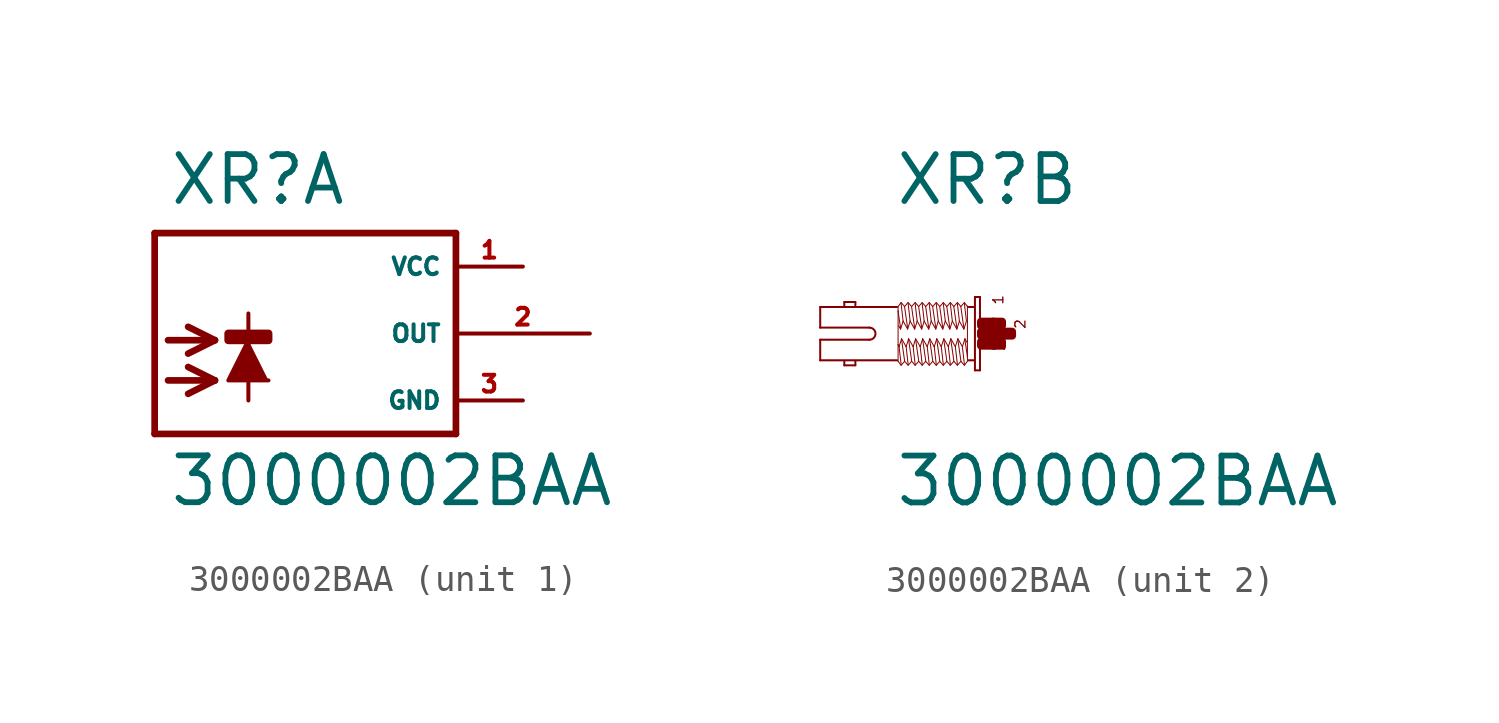
<source format=kicad_sym>
(kicad_symbol_lib
  (version 20220914)
  (generator Eagle2Kicad)
  (symbol "3000002BAA"
    (property "Reference" "XR"
      (at -3.302 4.801 0)
      (effects (font (size 1.778 1.778) (thickness 0.22)) (justify left bottom)))
    (property "Value" "3000002BAA"
      (at -3.302 -6.629 0)
      (effects (font (size 1.778 1.778) (thickness 0.22)) (justify left bottom)))
    (symbol "3000002BAA_1_0"
      (polyline (pts (xy -0.254 -0.254) (xy -1.016 -1.778) (xy 0.508 -1.778)) (stroke (width 0.152) (type default)) (fill (type outline)))
      (polyline (pts (xy -3.302 -0.254) (xy -1.524 -0.254)) (stroke (width 0.254) (type default)) (fill (type none)))
      (polyline (pts (xy -1.524 -0.254) (xy -2.54 -0.762)) (stroke (width 0.254) (type default)) (fill (type none)))
      (polyline (pts (xy -1.524 -0.254) (xy -2.54 0.254)) (stroke (width 0.254) (type default)) (fill (type none)))
      (polyline (pts (xy -3.302 -1.778) (xy -1.524 -1.778)) (stroke (width 0.254) (type default)) (fill (type none)))
      (polyline (pts (xy -1.524 -1.778) (xy -2.54 -2.286)) (stroke (width 0.254) (type default)) (fill (type none)))
      (polyline (pts (xy -1.524 -1.778) (xy -2.54 -1.27)) (stroke (width 0.254) (type default)) (fill (type none)))
      (polyline (pts (xy -0.254 0.762) (xy -0.254 -2.54)) (stroke (width 0.152) (type default)) (fill (type none)))
      (polyline (pts (xy 7.62 3.81) (xy -3.81 3.81)) (stroke (width 0.254) (type default)) (fill (type none)))
      (polyline (pts (xy -3.81 3.81) (xy -3.81 -3.81)) (stroke (width 0.254) (type default)) (fill (type none)))
      (polyline (pts (xy -3.81 -3.81) (xy 7.62 -3.81)) (stroke (width 0.254) (type default)) (fill (type none)))
      (polyline (pts (xy 7.62 -3.81) (xy 7.62 3.81)) (stroke (width 0.254) (type default)) (fill (type none)))
      (rectangle (start -1.016 -0.254) (end 0.508 0) (stroke (width 0.3) (type default)) (fill (type outline)))
      (pin unspecified line (at 10.16 2.54 180) (length 2.54) (name "VCC" (effects (font (size 0.635 0.635) (thickness 0.08)) (justify left bottom))) (number "1" (effects (font (size 0.635 0.635) (thickness 0.08)) (justify left bottom))))
      (pin unspecified line (at 10.16 -2.54 180) (length 2.54) (name "GND" (effects (font (size 0.635 0.635) (thickness 0.08)) (justify left bottom))) (number "3" (effects (font (size 0.635 0.635) (thickness 0.08)) (justify left bottom))))
      (pin output line (at 12.7 0 180) (length 5.08) (name "OUT" (effects (font (size 0.635 0.635) (thickness 0.08)) (justify left bottom))) (number "2" (effects (font (size 0.635 0.635) (thickness 0.08)) (justify left bottom)))))
    (symbol "3000002BAA_2_0"
      (polyline (pts (xy -0.038 1.391) (xy -0.038 -1.391)) (stroke (width 0.076) (type default)) (fill (type none)))
      (polyline (pts (xy -0.038 -1.391) (xy -0.229 -1.391)) (stroke (width 0.076) (type default)) (fill (type none)))
      (polyline (pts (xy -0.229 -1.391) (xy -0.229 1.391)) (stroke (width 0.076) (type default)) (fill (type none)))
      (polyline (pts (xy -0.229 1.391) (xy -0.038 1.391)) (stroke (width 0.076) (type default)) (fill (type none)))
      (polyline (pts (xy -0.267 1.01) (xy -0.476 1.01)) (stroke (width 0.076) (type default)) (fill (type none)))
      (polyline (pts (xy -0.267 -1.01) (xy -0.476 -1.01)) (stroke (width 0.076) (type default)) (fill (type none)))
      (polyline (pts (xy -3.181 -1.01) (xy -6.096 -1.01)) (stroke (width 0.076) (type default)) (fill (type none)))
      (polyline (pts (xy -6.096 -1.01) (xy -6.096 -0.229)) (stroke (width 0.076) (type default)) (fill (type none)))
      (polyline (pts (xy -6.096 -0.229) (xy -4.229 -0.229)) (stroke (width 0.076) (type default)) (fill (type none)))
      (polyline (pts (xy -4.229 0.229) (xy -6.096 0.229)) (stroke (width 0.076) (type default)) (fill (type none)))
      (polyline (pts (xy -6.096 0.229) (xy -6.096 1.01)) (stroke (width 0.076) (type default)) (fill (type none)))
      (polyline (pts (xy -6.096 1.01) (xy -3.181 1.01)) (stroke (width 0.076) (type default)) (fill (type none)))
      (polyline (pts (xy -4.763 -1.029) (xy -4.763 -1.2)) (stroke (width 0.076) (type default)) (fill (type none)))
      (polyline (pts (xy -4.763 -1.2) (xy -5.182 -1.2)) (stroke (width 0.076) (type default)) (fill (type none)))
      (polyline (pts (xy -5.182 -1.2) (xy -5.182 -1.048)) (stroke (width 0.076) (type default)) (fill (type none)))
      (polyline (pts (xy -4.763 1.067) (xy -4.763 1.2)) (stroke (width 0.076) (type default)) (fill (type none)))
      (polyline (pts (xy -4.763 1.2) (xy -5.182 1.2)) (stroke (width 0.076) (type default)) (fill (type none)))
      (polyline (pts (xy -5.182 1.2) (xy -5.182 1.048)) (stroke (width 0.076) (type default)) (fill (type none)))
      (polyline (pts (xy -0.514 -1.048) (xy -0.629 -1.2)) (stroke (width 0.038) (type default)) (fill (type none)))
      (polyline (pts (xy -0.629 -1.2) (xy -0.762 -1.048)) (stroke (width 0.038) (type default)) (fill (type none)))
      (polyline (pts (xy -0.762 -1.048) (xy -0.895 -1.2)) (stroke (width 0.038) (type default)) (fill (type none)))
      (polyline (pts (xy -0.895 -1.2) (xy -1.029 -1.048)) (stroke (width 0.038) (type default)) (fill (type none)))
      (polyline (pts (xy -1.029 -1.048) (xy -1.162 -1.2)) (stroke (width 0.038) (type default)) (fill (type none)))
      (polyline (pts (xy -1.162 -1.2) (xy -1.295 -1.048)) (stroke (width 0.038) (type default)) (fill (type none)))
      (polyline (pts (xy -1.295 -1.048) (xy -1.429 -1.2)) (stroke (width 0.038) (type default)) (fill (type none)))
      (polyline (pts (xy -1.429 -1.2) (xy -1.562 -1.048)) (stroke (width 0.038) (type default)) (fill (type none)))
      (polyline (pts (xy -1.562 -1.048) (xy -1.696 -1.2)) (stroke (width 0.038) (type default)) (fill (type none)))
      (polyline (pts (xy -1.696 -1.2) (xy -1.829 -1.048)) (stroke (width 0.038) (type default)) (fill (type none)))
      (polyline (pts (xy -1.829 -1.048) (xy -1.962 -1.2)) (stroke (width 0.038) (type default)) (fill (type none)))
      (polyline (pts (xy -1.962 -1.2) (xy -2.095 -1.048)) (stroke (width 0.038) (type default)) (fill (type none)))
      (polyline (pts (xy -2.095 -1.048) (xy -2.229 -1.2)) (stroke (width 0.038) (type default)) (fill (type none)))
      (polyline (pts (xy -2.229 -1.2) (xy -2.362 -1.048)) (stroke (width 0.038) (type default)) (fill (type none)))
      (polyline (pts (xy -2.362 -1.048) (xy -2.496 -1.2)) (stroke (width 0.038) (type default)) (fill (type none)))
      (polyline (pts (xy -2.496 -1.2) (xy -2.629 -1.048)) (stroke (width 0.038) (type default)) (fill (type none)))
      (polyline (pts (xy -2.629 -1.048) (xy -2.762 -1.2)) (stroke (width 0.038) (type default)) (fill (type none)))
      (polyline (pts (xy -2.762 -1.2) (xy -2.896 -1.048)) (stroke (width 0.038) (type default)) (fill (type none)))
      (polyline (pts (xy -2.896 -1.048) (xy -3.029 -1.2)) (stroke (width 0.038) (type default)) (fill (type none)))
      (polyline (pts (xy -3.029 -1.2) (xy -3.143 -1.048)) (stroke (width 0.038) (type default)) (fill (type none)))
      (polyline (pts (xy -3.143 -1.048) (xy -3.143 -0.419)) (stroke (width 0.038) (type default)) (fill (type none)))
      (polyline (pts (xy -3.143 -0.419) (xy -3.143 0.857)) (stroke (width 0.038) (type default)) (fill (type none)))
      (polyline (pts (xy -3.143 0.857) (xy -3.143 1.029)) (stroke (width 0.038) (type default)) (fill (type none)))
      (polyline (pts (xy -0.514 1.048) (xy -0.514 1.029)) (stroke (width 0.038) (type default)) (fill (type none)))
      (polyline (pts (xy -0.514 1.029) (xy -0.514 -0.876)) (stroke (width 0.038) (type default)) (fill (type none)))
      (polyline (pts (xy -0.514 -0.876) (xy -0.514 -1.029)) (stroke (width 0.038) (type default)) (fill (type none)))
      (polyline (pts (xy -0.533 -0.324) (xy -0.61 -0.191)) (stroke (width 0.038) (type default)) (fill (type none)))
      (polyline (pts (xy -0.61 -0.191) (xy -0.705 -0.495)) (stroke (width 0.038) (type default)) (fill (type none)))
      (polyline (pts (xy -0.705 -0.495) (xy -0.876 -0.191)) (stroke (width 0.038) (type default)) (fill (type none)))
      (polyline (pts (xy -0.876 -0.191) (xy -0.972 -0.495)) (stroke (width 0.038) (type default)) (fill (type none)))
      (polyline (pts (xy -0.972 -0.495) (xy -1.143 -0.191)) (stroke (width 0.038) (type default)) (fill (type none)))
      (polyline (pts (xy -1.143 -0.191) (xy -1.238 -0.495)) (stroke (width 0.038) (type default)) (fill (type none)))
      (polyline (pts (xy -1.238 -0.495) (xy -1.41 -0.191)) (stroke (width 0.038) (type default)) (fill (type none)))
      (polyline (pts (xy -1.41 -0.191) (xy -1.505 -0.495)) (stroke (width 0.038) (type default)) (fill (type none)))
      (polyline (pts (xy -1.505 -0.495) (xy -1.676 -0.191)) (stroke (width 0.038) (type default)) (fill (type none)))
      (polyline (pts (xy -1.676 -0.191) (xy -1.772 -0.495)) (stroke (width 0.038) (type default)) (fill (type none)))
      (polyline (pts (xy -1.772 -0.495) (xy -1.943 -0.191)) (stroke (width 0.038) (type default)) (fill (type none)))
      (polyline (pts (xy -1.943 -0.191) (xy -2.038 -0.495)) (stroke (width 0.038) (type default)) (fill (type none)))
      (polyline (pts (xy -2.038 -0.495) (xy -2.21 -0.191)) (stroke (width 0.038) (type default)) (fill (type none)))
      (polyline (pts (xy -2.21 -0.191) (xy -2.305 -0.495)) (stroke (width 0.038) (type default)) (fill (type none)))
      (polyline (pts (xy -2.305 -0.495) (xy -2.477 -0.191)) (stroke (width 0.038) (type default)) (fill (type none)))
      (polyline (pts (xy -2.477 -0.191) (xy -2.572 -0.495)) (stroke (width 0.038) (type default)) (fill (type none)))
      (polyline (pts (xy -2.572 -0.495) (xy -2.743 -0.191)) (stroke (width 0.038) (type default)) (fill (type none)))
      (polyline (pts (xy -2.743 -0.191) (xy -2.838 -0.495)) (stroke (width 0.038) (type default)) (fill (type none)))
      (polyline (pts (xy -2.838 -0.495) (xy -3.01 -0.191)) (stroke (width 0.038) (type default)) (fill (type none)))
      (polyline (pts (xy -3.01 -0.191) (xy -3.105 -0.495)) (stroke (width 0.038) (type default)) (fill (type none)))
      (polyline (pts (xy -3.105 -0.495) (xy -3.143 -0.419)) (stroke (width 0.038) (type default)) (fill (type none)))
      (polyline (pts (xy -3.029 -1.162) (xy -3.105 -0.495)) (stroke (width 0.038) (type default)) (fill (type none)))
      (polyline (pts (xy -2.896 -1.029) (xy -3.01 -0.229)) (stroke (width 0.038) (type default)) (fill (type none)))
      (polyline (pts (xy -2.762 -1.162) (xy -2.838 -0.495)) (stroke (width 0.038) (type default)) (fill (type none)))
      (polyline (pts (xy -2.629 -1.029) (xy -2.743 -0.229)) (stroke (width 0.038) (type default)) (fill (type none)))
      (polyline (pts (xy -2.496 -1.162) (xy -2.572 -0.495)) (stroke (width 0.038) (type default)) (fill (type none)))
      (polyline (pts (xy -2.362 -1.029) (xy -2.477 -0.229)) (stroke (width 0.038) (type default)) (fill (type none)))
      (polyline (pts (xy -2.229 -1.162) (xy -2.305 -0.495)) (stroke (width 0.038) (type default)) (fill (type none)))
      (polyline (pts (xy -2.095 -1.029) (xy -2.21 -0.229)) (stroke (width 0.038) (type default)) (fill (type none)))
      (polyline (pts (xy -1.962 -1.162) (xy -2.038 -0.495)) (stroke (width 0.038) (type default)) (fill (type none)))
      (polyline (pts (xy -1.829 -1.029) (xy -1.943 -0.229)) (stroke (width 0.038) (type default)) (fill (type none)))
      (polyline (pts (xy -1.696 -1.162) (xy -1.772 -0.495)) (stroke (width 0.038) (type default)) (fill (type none)))
      (polyline (pts (xy -1.562 -1.029) (xy -1.676 -0.229)) (stroke (width 0.038) (type default)) (fill (type none)))
      (polyline (pts (xy -1.429 -1.162) (xy -1.505 -0.495)) (stroke (width 0.038) (type default)) (fill (type none)))
      (polyline (pts (xy -1.295 -1.029) (xy -1.41 -0.229)) (stroke (width 0.038) (type default)) (fill (type none)))
      (polyline (pts (xy -1.162 -1.162) (xy -1.238 -0.495)) (stroke (width 0.038) (type default)) (fill (type none)))
      (polyline (pts (xy -1.029 -1.029) (xy -1.143 -0.229)) (stroke (width 0.038) (type default)) (fill (type none)))
      (polyline (pts (xy -0.895 -1.162) (xy -0.972 -0.495)) (stroke (width 0.038) (type default)) (fill (type none)))
      (polyline (pts (xy -0.762 -1.029) (xy -0.876 -0.229)) (stroke (width 0.038) (type default)) (fill (type none)))
      (polyline (pts (xy -0.629 -1.162) (xy -0.705 -0.495)) (stroke (width 0.038) (type default)) (fill (type none)))
      (polyline (pts (xy -0.514 -0.876) (xy -0.61 -0.229)) (stroke (width 0.038) (type default)) (fill (type none)))
      (polyline (pts (xy -3.143 1.029) (xy -3.029 1.181)) (stroke (width 0.038) (type default)) (fill (type none)))
      (polyline (pts (xy -3.029 1.181) (xy -2.896 1.029)) (stroke (width 0.038) (type default)) (fill (type none)))
      (polyline (pts (xy -2.896 1.029) (xy -2.762 1.181)) (stroke (width 0.038) (type default)) (fill (type none)))
      (polyline (pts (xy -2.762 1.181) (xy -2.629 1.029)) (stroke (width 0.038) (type default)) (fill (type none)))
      (polyline (pts (xy -2.629 1.029) (xy -2.496 1.181)) (stroke (width 0.038) (type default)) (fill (type none)))
      (polyline (pts (xy -2.496 1.181) (xy -2.362 1.029)) (stroke (width 0.038) (type default)) (fill (type none)))
      (polyline (pts (xy -2.362 1.029) (xy -2.229 1.181)) (stroke (width 0.038) (type default)) (fill (type none)))
      (polyline (pts (xy -2.229 1.181) (xy -2.095 1.029)) (stroke (width 0.038) (type default)) (fill (type none)))
      (polyline (pts (xy -2.095 1.029) (xy -1.962 1.181)) (stroke (width 0.038) (type default)) (fill (type none)))
      (polyline (pts (xy -1.962 1.181) (xy -1.829 1.029)) (stroke (width 0.038) (type default)) (fill (type none)))
      (polyline (pts (xy -1.829 1.029) (xy -1.696 1.181)) (stroke (width 0.038) (type default)) (fill (type none)))
      (polyline (pts (xy -1.696 1.181) (xy -1.562 1.029)) (stroke (width 0.038) (type default)) (fill (type none)))
      (polyline (pts (xy -1.562 1.029) (xy -1.429 1.181)) (stroke (width 0.038) (type default)) (fill (type none)))
      (polyline (pts (xy -1.429 1.181) (xy -1.295 1.029)) (stroke (width 0.038) (type default)) (fill (type none)))
      (polyline (pts (xy -1.295 1.029) (xy -1.162 1.181)) (stroke (width 0.038) (type default)) (fill (type none)))
      (polyline (pts (xy -1.162 1.181) (xy -1.029 1.029)) (stroke (width 0.038) (type default)) (fill (type none)))
      (polyline (pts (xy -1.029 1.029) (xy -0.895 1.181)) (stroke (width 0.038) (type default)) (fill (type none)))
      (polyline (pts (xy -0.895 1.181) (xy -0.762 1.029)) (stroke (width 0.038) (type default)) (fill (type none)))
      (polyline (pts (xy -0.762 1.029) (xy -0.629 1.181)) (stroke (width 0.038) (type default)) (fill (type none)))
      (polyline (pts (xy -0.629 1.181) (xy -0.514 1.029)) (stroke (width 0.038) (type default)) (fill (type none)))
      (polyline (pts (xy -3.124 0.305) (xy -3.048 0.172)) (stroke (width 0.038) (type default)) (fill (type none)))
      (polyline (pts (xy -3.048 0.172) (xy -2.953 0.476)) (stroke (width 0.038) (type default)) (fill (type none)))
      (polyline (pts (xy -2.953 0.476) (xy -2.781 0.172)) (stroke (width 0.038) (type default)) (fill (type none)))
      (polyline (pts (xy -2.781 0.172) (xy -2.686 0.476)) (stroke (width 0.038) (type default)) (fill (type none)))
      (polyline (pts (xy -2.686 0.476) (xy -2.515 0.172)) (stroke (width 0.038) (type default)) (fill (type none)))
      (polyline (pts (xy -2.515 0.172) (xy -2.419 0.476)) (stroke (width 0.038) (type default)) (fill (type none)))
      (polyline (pts (xy -2.419 0.476) (xy -2.248 0.172)) (stroke (width 0.038) (type default)) (fill (type none)))
      (polyline (pts (xy -2.248 0.172) (xy -2.153 0.476)) (stroke (width 0.038) (type default)) (fill (type none)))
      (polyline (pts (xy -2.153 0.476) (xy -1.981 0.172)) (stroke (width 0.038) (type default)) (fill (type none)))
      (polyline (pts (xy -1.981 0.172) (xy -1.886 0.476)) (stroke (width 0.038) (type default)) (fill (type none)))
      (polyline (pts (xy -1.886 0.476) (xy -1.714 0.172)) (stroke (width 0.038) (type default)) (fill (type none)))
      (polyline (pts (xy -1.714 0.172) (xy -1.619 0.476)) (stroke (width 0.038) (type default)) (fill (type none)))
      (polyline (pts (xy -1.619 0.476) (xy -1.448 0.172)) (stroke (width 0.038) (type default)) (fill (type none)))
      (polyline (pts (xy -1.448 0.172) (xy -1.353 0.476)) (stroke (width 0.038) (type default)) (fill (type none)))
      (polyline (pts (xy -1.353 0.476) (xy -1.181 0.172)) (stroke (width 0.038) (type default)) (fill (type none)))
      (polyline (pts (xy -1.181 0.172) (xy -1.086 0.476)) (stroke (width 0.038) (type default)) (fill (type none)))
      (polyline (pts (xy -1.086 0.476) (xy -0.914 0.172)) (stroke (width 0.038) (type default)) (fill (type none)))
      (polyline (pts (xy -0.914 0.172) (xy -0.819 0.476)) (stroke (width 0.038) (type default)) (fill (type none)))
      (polyline (pts (xy -0.819 0.476) (xy -0.648 0.172)) (stroke (width 0.038) (type default)) (fill (type none)))
      (polyline (pts (xy -0.648 0.172) (xy -0.552 0.476)) (stroke (width 0.038) (type default)) (fill (type none)))
      (polyline (pts (xy -0.629 1.143) (xy -0.552 0.476)) (stroke (width 0.038) (type default)) (fill (type none)))
      (polyline (pts (xy -0.762 1.01) (xy -0.648 0.21)) (stroke (width 0.038) (type default)) (fill (type none)))
      (polyline (pts (xy -0.895 1.143) (xy -0.819 0.476)) (stroke (width 0.038) (type default)) (fill (type none)))
      (polyline (pts (xy -1.029 1.01) (xy -0.914 0.21)) (stroke (width 0.038) (type default)) (fill (type none)))
      (polyline (pts (xy -1.162 1.143) (xy -1.086 0.476)) (stroke (width 0.038) (type default)) (fill (type none)))
      (polyline (pts (xy -1.295 1.01) (xy -1.181 0.21)) (stroke (width 0.038) (type default)) (fill (type none)))
      (polyline (pts (xy -1.429 1.143) (xy -1.353 0.476)) (stroke (width 0.038) (type default)) (fill (type none)))
      (polyline (pts (xy -1.562 1.01) (xy -1.448 0.21)) (stroke (width 0.038) (type default)) (fill (type none)))
      (polyline (pts (xy -1.696 1.143) (xy -1.619 0.476)) (stroke (width 0.038) (type default)) (fill (type none)))
      (polyline (pts (xy -1.829 1.01) (xy -1.714 0.21)) (stroke (width 0.038) (type default)) (fill (type none)))
      (polyline (pts (xy -1.962 1.143) (xy -1.886 0.476)) (stroke (width 0.038) (type default)) (fill (type none)))
      (polyline (pts (xy -2.095 1.01) (xy -1.981 0.21)) (stroke (width 0.038) (type default)) (fill (type none)))
      (polyline (pts (xy -2.229 1.143) (xy -2.153 0.476)) (stroke (width 0.038) (type default)) (fill (type none)))
      (polyline (pts (xy -2.362 1.01) (xy -2.248 0.21)) (stroke (width 0.038) (type default)) (fill (type none)))
      (polyline (pts (xy -2.496 1.143) (xy -2.419 0.476)) (stroke (width 0.038) (type default)) (fill (type none)))
      (polyline (pts (xy -2.629 1.01) (xy -2.515 0.21)) (stroke (width 0.038) (type default)) (fill (type none)))
      (polyline (pts (xy -2.762 1.143) (xy -2.686 0.476)) (stroke (width 0.038) (type default)) (fill (type none)))
      (polyline (pts (xy -2.896 1.01) (xy -2.781 0.21)) (stroke (width 0.038) (type default)) (fill (type none)))
      (polyline (pts (xy -3.029 1.143) (xy -2.953 0.476)) (stroke (width 0.038) (type default)) (fill (type none)))
      (polyline (pts (xy -3.143 0.857) (xy -3.048 0.21)) (stroke (width 0.038) (type default)) (fill (type none)))
      (arc (start -4.2291 -0.2286) (mid -4.001 0.000) (end -4.2291 0.2286) (stroke (width 0.0762) (type default)) (fill (type none)))
      (text "1" (at 0.876 1.067 1800) (effects (font (size 0.381 0.381) (thickness 0.05)) (justify left bottom)))
      (text "3" (at 0.953 -0.686 1800) (effects (font (size 0.381 0.381) (thickness 0.05)) (justify left bottom)))
      (text "2" (at 1.714 0.152 1800) (effects (font (size 0.381 0.381) (thickness 0.05)) (justify left bottom)))
      (rectangle (start 0 -0.457) (end 0.495 -0.305) (stroke (width 0.3) (type default)) (fill (type outline)))
      (rectangle (start 0 -0.076) (end 0.876 0.076) (stroke (width 0.3) (type default)) (fill (type outline)))
      (rectangle (start 0.457 -0.457) (end 0.8 -0.305) (stroke (width 0.3) (type default)) (fill (type outline)))
      (rectangle (start 0.838 -0.076) (end 1.181 0.076) (stroke (width 0.3) (type default)) (fill (type outline)))
      (rectangle (start 0.457 0.305) (end 0.8 0.457) (stroke (width 0.3) (type default)) (fill (type outline)))
      (rectangle (start 0 0.305) (end 0.495 0.457) (stroke (width 0.3) (type default)) (fill (type outline))))))
</source>
